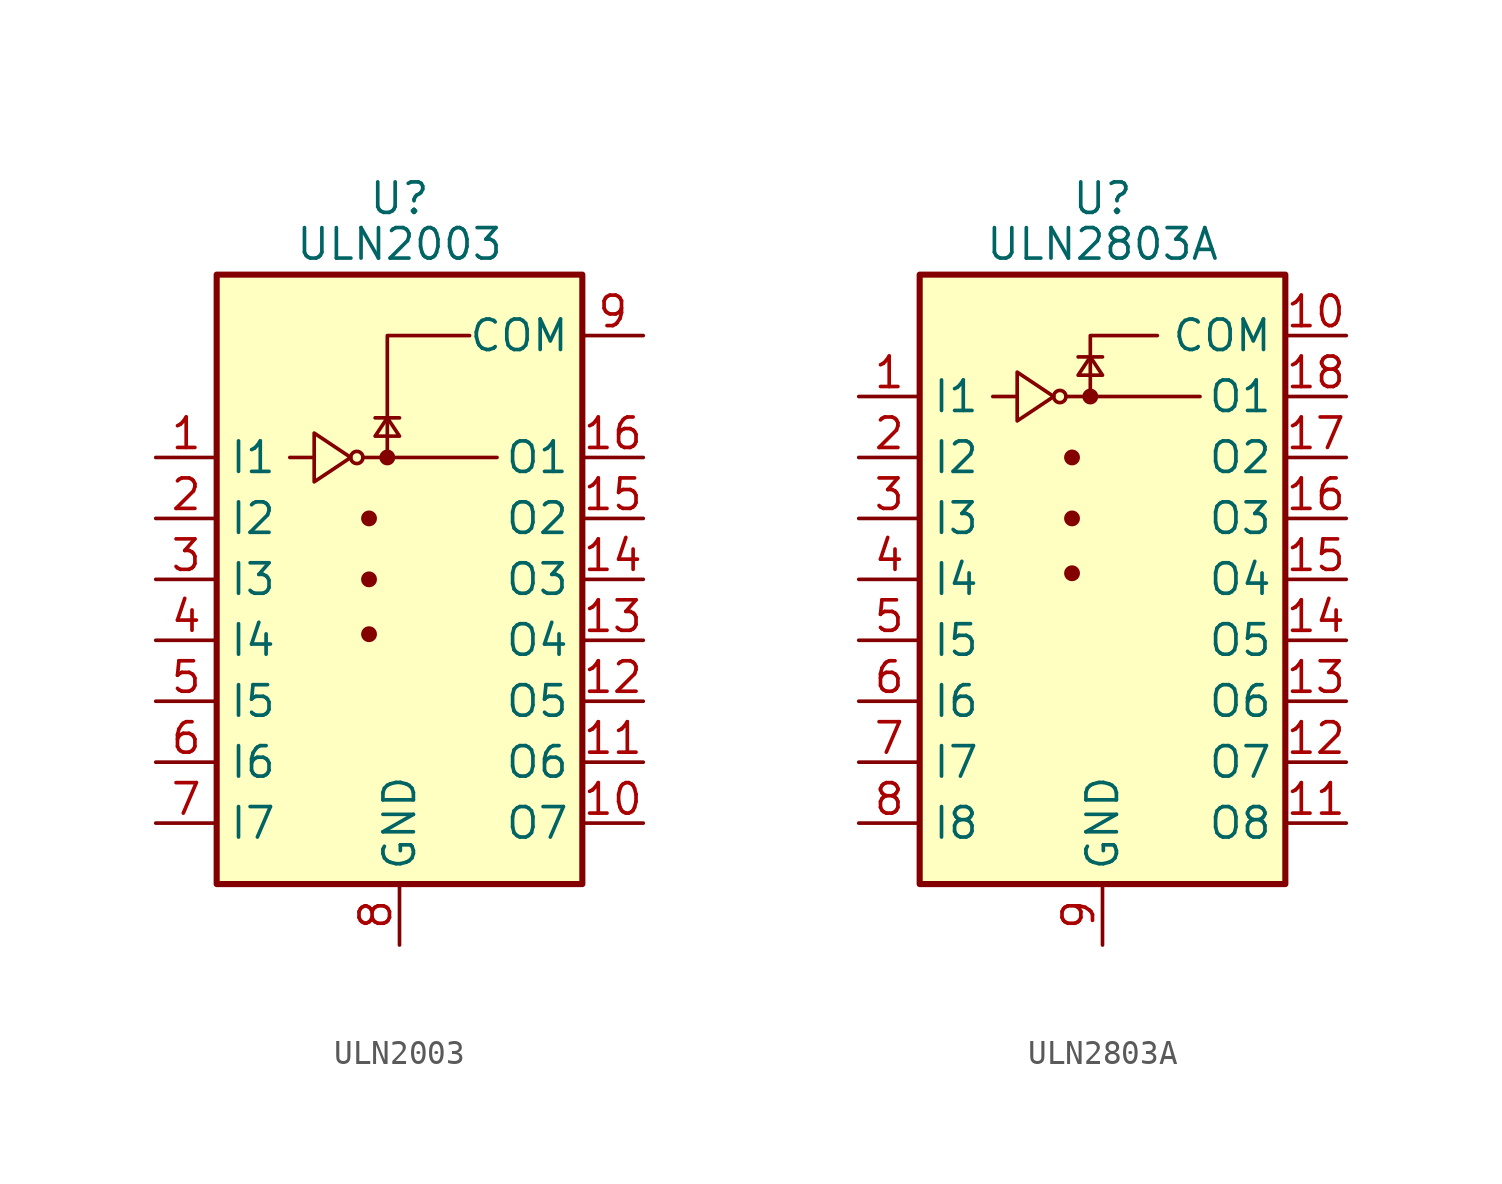
<source format=kicad_sym>
(kicad_symbol_lib
  (version 20231120)
  (generator "kicad_symbol_editor")
  (generator_version "8.0")
  (symbol "ULN2003"
    (property "Reference" "U"
      (at 0 15.875 0)
      (effects (font (size 1.27 1.27))))
    (property "Value" "ULN2003"
      (at 0 13.97 0)
      (effects (font (size 1.27 1.27))))
    (symbol "ULN2003_0_1"
      (rectangle (start -7.62 -12.7) (end 7.62 12.7) (stroke (width 0.254) (type default)) (fill (type background)))
      (circle (center -1.778 5.08) (radius 0.254) (stroke (width 0) (type default)) (fill (type none)))
      (circle (center -1.27 -2.286) (radius 0.254) (stroke (width 0) (type default)) (fill (type outline)))
      (circle (center -1.27 0) (radius 0.254) (stroke (width 0) (type default)) (fill (type outline)))
      (circle (center -1.27 2.54) (radius 0.254) (stroke (width 0) (type default)) (fill (type outline)))
      (circle (center -0.508 5.08) (radius 0.254) (stroke (width 0) (type default)) (fill (type outline)))
      (polyline (pts (xy -4.572 5.08) (xy -3.556 5.08)) (stroke (width 0) (type default)) (fill (type none)))
      (polyline (pts (xy -1.524 5.08) (xy 4.064 5.08)) (stroke (width 0) (type default)) (fill (type none)))
      (polyline (pts (xy 0 6.731) (xy -1.016 6.731)) (stroke (width 0) (type default)) (fill (type none)))
      (polyline (pts (xy -0.508 5.08) (xy -0.508 10.16) (xy 2.921 10.16)) (stroke (width 0) (type default)) (fill (type none)))
      (polyline (pts (xy -3.556 6.096) (xy -3.556 4.064) (xy -2.032 5.08) (xy -3.556 6.096)) (stroke (width 0) (type default)) (fill (type none)))
      (polyline (pts (xy 0 5.969) (xy -1.016 5.969) (xy -0.508 6.731) (xy 0 5.969)) (stroke (width 0) (type default)) (fill (type none))))
    (symbol "ULN2003_1_1"
      (pin input line (at -10.16 5.08 0) (length 2.54) (name "I1" (effects (font (size 1.27 1.27)))) (number "1" (effects (font (size 1.27 1.27)))))
      (pin open_collector line (at 10.16 -10.16 180) (length 2.54) (name "O7" (effects (font (size 1.27 1.27)))) (number "10" (effects (font (size 1.27 1.27)))))
      (pin open_collector line (at 10.16 -7.62 180) (length 2.54) (name "O6" (effects (font (size 1.27 1.27)))) (number "11" (effects (font (size 1.27 1.27)))))
      (pin open_collector line (at 10.16 -5.08 180) (length 2.54) (name "O5" (effects (font (size 1.27 1.27)))) (number "12" (effects (font (size 1.27 1.27)))))
      (pin open_collector line (at 10.16 -2.54 180) (length 2.54) (name "O4" (effects (font (size 1.27 1.27)))) (number "13" (effects (font (size 1.27 1.27)))))
      (pin open_collector line (at 10.16 0 180) (length 2.54) (name "O3" (effects (font (size 1.27 1.27)))) (number "14" (effects (font (size 1.27 1.27)))))
      (pin open_collector line (at 10.16 2.54 180) (length 2.54) (name "O2" (effects (font (size 1.27 1.27)))) (number "15" (effects (font (size 1.27 1.27)))))
      (pin open_collector line (at 10.16 5.08 180) (length 2.54) (name "O1" (effects (font (size 1.27 1.27)))) (number "16" (effects (font (size 1.27 1.27)))))
      (pin input line (at -10.16 2.54 0) (length 2.54) (name "I2" (effects (font (size 1.27 1.27)))) (number "2" (effects (font (size 1.27 1.27)))))
      (pin input line (at -10.16 0 0) (length 2.54) (name "I3" (effects (font (size 1.27 1.27)))) (number "3" (effects (font (size 1.27 1.27)))))
      (pin input line (at -10.16 -2.54 0) (length 2.54) (name "I4" (effects (font (size 1.27 1.27)))) (number "4" (effects (font (size 1.27 1.27)))))
      (pin input line (at -10.16 -5.08 0) (length 2.54) (name "I5" (effects (font (size 1.27 1.27)))) (number "5" (effects (font (size 1.27 1.27)))))
      (pin input line (at -10.16 -7.62 0) (length 2.54) (name "I6" (effects (font (size 1.27 1.27)))) (number "6" (effects (font (size 1.27 1.27)))))
      (pin input line (at -10.16 -10.16 0) (length 2.54) (name "I7" (effects (font (size 1.27 1.27)))) (number "7" (effects (font (size 1.27 1.27)))))
      (pin power_in line (at 0 -15.24 90) (length 2.54) (name "GND" (effects (font (size 1.27 1.27)))) (number "8" (effects (font (size 1.27 1.27)))))
      (pin passive line (at 10.16 10.16 180) (length 2.54) (name "COM" (effects (font (size 1.27 1.27)))) (number "9" (effects (font (size 1.27 1.27)))))))
  (symbol "ULN2803A"
    (property "Reference" "U"
      (at 0 13.335 0)
      (effects (font (size 1.27 1.27))))
    (property "Value" "ULN2803A"
      (at 0 11.43 0)
      (effects (font (size 1.27 1.27))))
    (symbol "ULN2803A_0_1"
      (rectangle (start -7.62 -15.24) (end 7.62 10.16) (stroke (width 0.254) (type default)) (fill (type background)))
      (circle (center -1.778 5.08) (radius 0.254) (stroke (width 0) (type default)) (fill (type none)))
      (circle (center -1.27 -2.286) (radius 0.254) (stroke (width 0) (type default)) (fill (type outline)))
      (circle (center -1.27 0) (radius 0.254) (stroke (width 0) (type default)) (fill (type outline)))
      (circle (center -1.27 2.54) (radius 0.254) (stroke (width 0) (type default)) (fill (type outline)))
      (circle (center -0.508 5.08) (radius 0.254) (stroke (width 0) (type default)) (fill (type outline)))
      (polyline (pts (xy -4.572 5.08) (xy -3.556 5.08)) (stroke (width 0) (type default)) (fill (type none)))
      (polyline (pts (xy -1.524 5.08) (xy 4.064 5.08)) (stroke (width 0) (type default)) (fill (type none)))
      (polyline (pts (xy 0 6.731) (xy -1.016 6.731)) (stroke (width 0) (type default)) (fill (type none)))
      (polyline (pts (xy -0.508 5.08) (xy -0.508 7.62) (xy 2.286 7.62)) (stroke (width 0) (type default)) (fill (type none)))
      (polyline (pts (xy -3.556 6.096) (xy -3.556 4.064) (xy -2.032 5.08) (xy -3.556 6.096)) (stroke (width 0) (type default)) (fill (type none)))
      (polyline (pts (xy 0 5.969) (xy -1.016 5.969) (xy -0.508 6.731) (xy 0 5.969)) (stroke (width 0) (type default)) (fill (type none))))
    (symbol "ULN2803A_1_1"
      (pin input line (at -10.16 5.08 0) (length 2.54) (name "I1" (effects (font (size 1.27 1.27)))) (number "1" (effects (font (size 1.27 1.27)))))
      (pin passive line (at 10.16 7.62 180) (length 2.54) (name "COM" (effects (font (size 1.27 1.27)))) (number "10" (effects (font (size 1.27 1.27)))))
      (pin open_collector line (at 10.16 -12.7 180) (length 2.54) (name "O8" (effects (font (size 1.27 1.27)))) (number "11" (effects (font (size 1.27 1.27)))))
      (pin open_collector line (at 10.16 -10.16 180) (length 2.54) (name "O7" (effects (font (size 1.27 1.27)))) (number "12" (effects (font (size 1.27 1.27)))))
      (pin open_collector line (at 10.16 -7.62 180) (length 2.54) (name "O6" (effects (font (size 1.27 1.27)))) (number "13" (effects (font (size 1.27 1.27)))))
      (pin open_collector line (at 10.16 -5.08 180) (length 2.54) (name "O5" (effects (font (size 1.27 1.27)))) (number "14" (effects (font (size 1.27 1.27)))))
      (pin open_collector line (at 10.16 -2.54 180) (length 2.54) (name "O4" (effects (font (size 1.27 1.27)))) (number "15" (effects (font (size 1.27 1.27)))))
      (pin open_collector line (at 10.16 0 180) (length 2.54) (name "O3" (effects (font (size 1.27 1.27)))) (number "16" (effects (font (size 1.27 1.27)))))
      (pin open_collector line (at 10.16 2.54 180) (length 2.54) (name "O2" (effects (font (size 1.27 1.27)))) (number "17" (effects (font (size 1.27 1.27)))))
      (pin open_collector line (at 10.16 5.08 180) (length 2.54) (name "O1" (effects (font (size 1.27 1.27)))) (number "18" (effects (font (size 1.27 1.27)))))
      (pin input line (at -10.16 2.54 0) (length 2.54) (name "I2" (effects (font (size 1.27 1.27)))) (number "2" (effects (font (size 1.27 1.27)))))
      (pin input line (at -10.16 0 0) (length 2.54) (name "I3" (effects (font (size 1.27 1.27)))) (number "3" (effects (font (size 1.27 1.27)))))
      (pin input line (at -10.16 -2.54 0) (length 2.54) (name "I4" (effects (font (size 1.27 1.27)))) (number "4" (effects (font (size 1.27 1.27)))))
      (pin input line (at -10.16 -5.08 0) (length 2.54) (name "I5" (effects (font (size 1.27 1.27)))) (number "5" (effects (font (size 1.27 1.27)))))
      (pin input line (at -10.16 -7.62 0) (length 2.54) (name "I6" (effects (font (size 1.27 1.27)))) (number "6" (effects (font (size 1.27 1.27)))))
      (pin input line (at -10.16 -10.16 0) (length 2.54) (name "I7" (effects (font (size 1.27 1.27)))) (number "7" (effects (font (size 1.27 1.27)))))
      (pin input line (at -10.16 -12.7 0) (length 2.54) (name "I8" (effects (font (size 1.27 1.27)))) (number "8" (effects (font (size 1.27 1.27)))))
      (pin power_in line (at 0 -17.78 90) (length 2.54) (name "GND" (effects (font (size 1.27 1.27)))) (number "9" (effects (font (size 1.27 1.27))))))))
</source>
